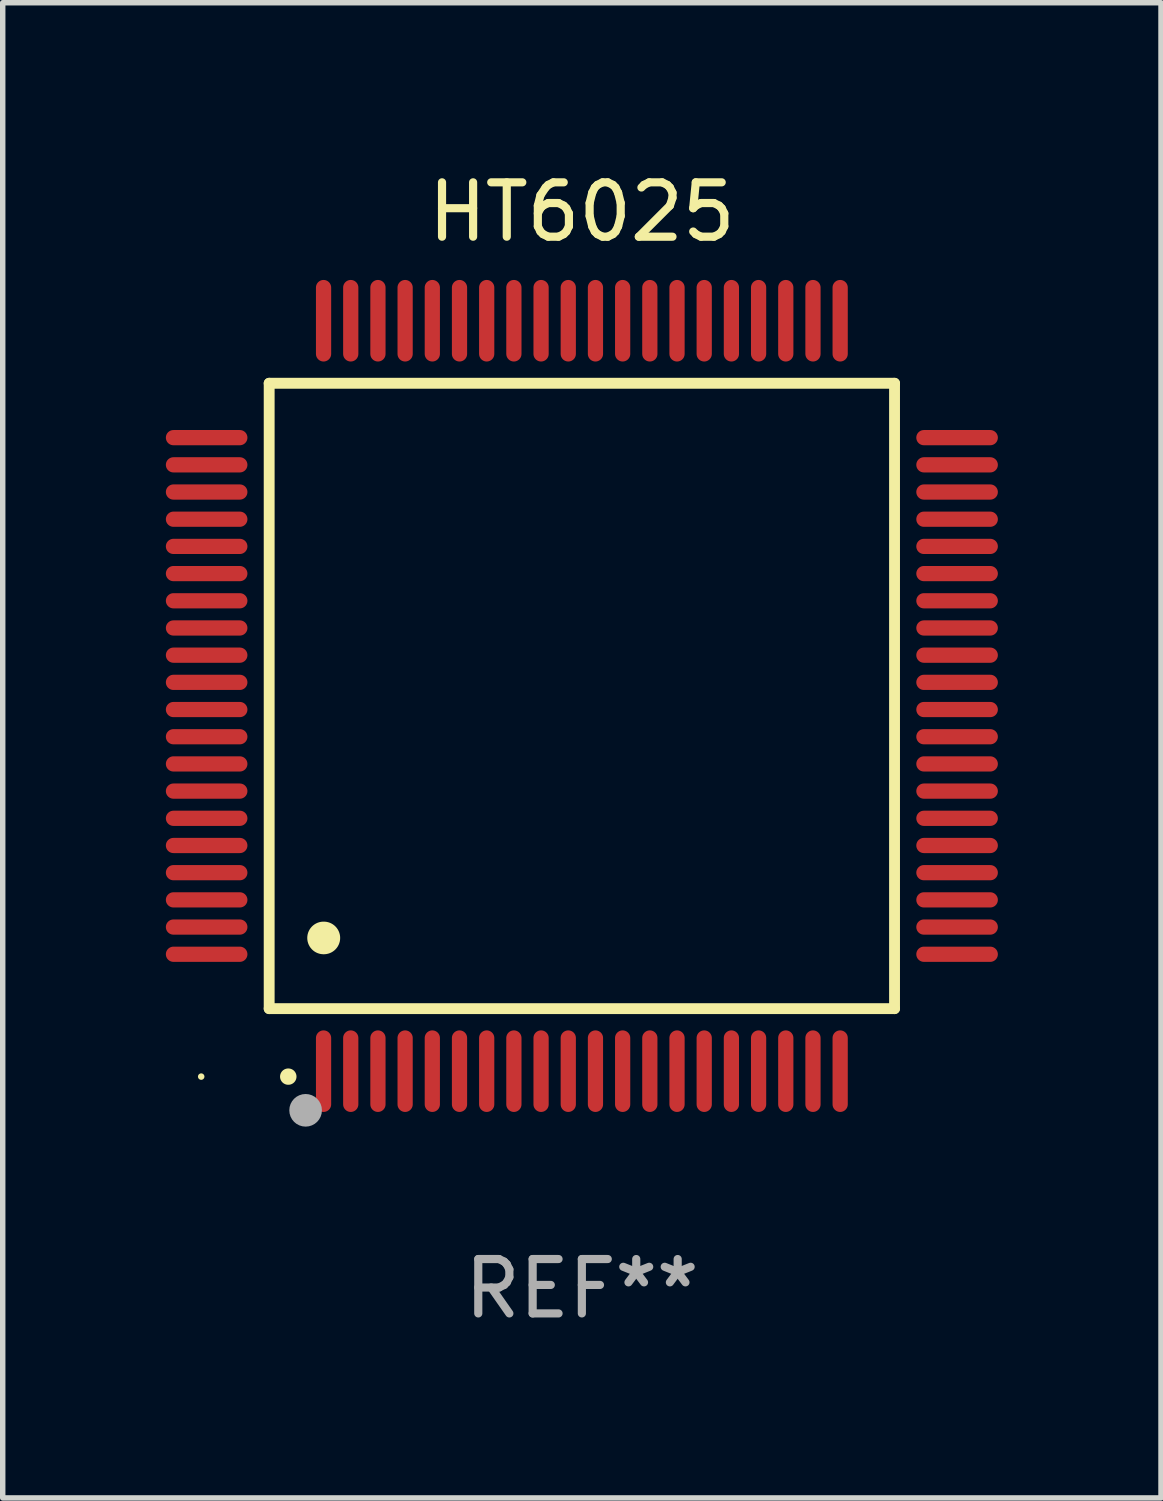
<source format=kicad_pcb>
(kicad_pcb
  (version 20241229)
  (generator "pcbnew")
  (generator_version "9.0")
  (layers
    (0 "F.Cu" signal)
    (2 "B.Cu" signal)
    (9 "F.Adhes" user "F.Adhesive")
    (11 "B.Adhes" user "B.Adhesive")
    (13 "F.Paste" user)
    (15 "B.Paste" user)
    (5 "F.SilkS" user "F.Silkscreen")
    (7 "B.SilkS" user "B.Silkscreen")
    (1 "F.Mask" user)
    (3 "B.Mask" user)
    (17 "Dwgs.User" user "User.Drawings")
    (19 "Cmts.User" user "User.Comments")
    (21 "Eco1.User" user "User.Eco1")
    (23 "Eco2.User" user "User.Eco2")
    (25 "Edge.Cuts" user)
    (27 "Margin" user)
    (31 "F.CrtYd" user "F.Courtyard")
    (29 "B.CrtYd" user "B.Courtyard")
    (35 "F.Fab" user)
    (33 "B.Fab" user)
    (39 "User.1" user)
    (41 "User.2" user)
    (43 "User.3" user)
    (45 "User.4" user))
  (footprint "HT6025"
    (layer "F.Cu")
    (at 7.65 9.748)
    (property "Reference" "HT6025" (at 0 -8.9 0) (layer "F.SilkS") (effects (font (size 1 1) (thickness 0.15))))
    (attr through_hole)
    (fp_line (start -5.75 -5.75) (end 5.75 -5.75) (stroke (width 0.2) (type solid)) (layer "F.SilkS"))
    (fp_line (start -5.75 5.75) (end -5.75 -5.75) (stroke (width 0.2) (type solid)) (layer "F.SilkS"))
    (fp_line (start 5.75 -5.75) (end 5.75 5.75) (stroke (width 0.2) (type solid)) (layer "F.SilkS"))
    (fp_line (start 5.75 5.75) (end -5.75 5.75) (stroke (width 0.2) (type solid)) (layer "F.SilkS"))
    (fp_arc (start -5.400051 7.000254) (mid -5.398781 7.000249) (end -5.397511 7.000254) (stroke (width 0.3) (type solid)) (layer "F.SilkS"))
    (fp_arc (start -4.749809 4.450089) (mid -4.747269 4.450078) (end -4.744729 4.450089) (stroke (width 0.6) (type solid)) (layer "F.SilkS"))
    (fp_circle (center -7 7) (end -6.97 7) (stroke (width 0.06) (type solid)) (fill no) (layer "F.SilkS"))
    (fp_circle (center -5.08 7.62) (end -4.93 7.62) (stroke (width 0.3) (type solid)) (fill no) (layer "F.Fab"))
    (fp_text user "REF**" (at 0 10.9 0) (layer "F.Fab") (effects (font (size 1 1) (thickness 0.15))))
    (pad "1" smd oval (at -4.75 6.9 180) (size 0.28 1.5) (layers "F.Cu" "F.Mask" "F.Paste"))
    (pad "2" smd oval (at -4.25 6.9 180) (size 0.28 1.5) (layers "F.Cu" "F.Mask" "F.Paste"))
    (pad "3" smd oval (at -3.75 6.9 180) (size 0.28 1.5) (layers "F.Cu" "F.Mask" "F.Paste"))
    (pad "4" smd oval (at -3.25 6.9 180) (size 0.28 1.5) (layers "F.Cu" "F.Mask" "F.Paste"))
    (pad "5" smd oval (at -2.75 6.9 180) (size 0.28 1.5) (layers "F.Cu" "F.Mask" "F.Paste"))
    (pad "6" smd oval (at -2.25 6.9 180) (size 0.28 1.5) (layers "F.Cu" "F.Mask" "F.Paste"))
    (pad "7" smd oval (at -1.75 6.9 180) (size 0.28 1.5) (layers "F.Cu" "F.Mask" "F.Paste"))
    (pad "8" smd oval (at -1.25 6.9 180) (size 0.28 1.5) (layers "F.Cu" "F.Mask" "F.Paste"))
    (pad "9" smd oval (at -0.75 6.9 180) (size 0.28 1.5) (layers "F.Cu" "F.Mask" "F.Paste"))
    (pad "10" smd oval (at -0.25 6.9 180) (size 0.28 1.5) (layers "F.Cu" "F.Mask" "F.Paste"))
    (pad "11" smd oval (at 0.25 6.9 180) (size 0.28 1.5) (layers "F.Cu" "F.Mask" "F.Paste"))
    (pad "12" smd oval (at 0.75 6.9 180) (size 0.28 1.5) (layers "F.Cu" "F.Mask" "F.Paste"))
    (pad "13" smd oval (at 1.25 6.9 180) (size 0.28 1.5) (layers "F.Cu" "F.Mask" "F.Paste"))
    (pad "14" smd oval (at 1.75 6.9 180) (size 0.28 1.5) (layers "F.Cu" "F.Mask" "F.Paste"))
    (pad "15" smd oval (at 2.25 6.9 180) (size 0.28 1.5) (layers "F.Cu" "F.Mask" "F.Paste"))
    (pad "16" smd oval (at 2.75 6.9 180) (size 0.28 1.5) (layers "F.Cu" "F.Mask" "F.Paste"))
    (pad "17" smd oval (at 3.25 6.9 180) (size 0.28 1.5) (layers "F.Cu" "F.Mask" "F.Paste"))
    (pad "18" smd oval (at 3.75 6.9 180) (size 0.28 1.5) (layers "F.Cu" "F.Mask" "F.Paste"))
    (pad "19" smd oval (at 4.25 6.9 180) (size 0.28 1.5) (layers "F.Cu" "F.Mask" "F.Paste"))
    (pad "20" smd oval (at 4.75 6.9) (size 0.28 1.5) (layers "F.Cu" "F.Mask" "F.Paste"))
    (pad "21" smd oval (at 6.9 4.75 270) (size 0.28 1.5) (layers "F.Cu" "F.Mask" "F.Paste"))
    (pad "22" smd oval (at 6.9 4.25 90) (size 0.28 1.5) (layers "F.Cu" "F.Mask" "F.Paste"))
    (pad "23" smd oval (at 6.9 3.75 90) (size 0.28 1.5) (layers "F.Cu" "F.Mask" "F.Paste"))
    (pad "24" smd oval (at 6.9 3.25 90) (size 0.28 1.5) (layers "F.Cu" "F.Mask" "F.Paste"))
    (pad "25" smd oval (at 6.9 2.75 90) (size 0.28 1.5) (layers "F.Cu" "F.Mask" "F.Paste"))
    (pad "26" smd oval (at 6.9 2.25 90) (size 0.28 1.5) (layers "F.Cu" "F.Mask" "F.Paste"))
    (pad "27" smd oval (at 6.9 1.75 90) (size 0.28 1.5) (layers "F.Cu" "F.Mask" "F.Paste"))
    (pad "28" smd oval (at 6.9 1.25 90) (size 0.28 1.5) (layers "F.Cu" "F.Mask" "F.Paste"))
    (pad "29" smd oval (at 6.9 0.75 90) (size 0.28 1.5) (layers "F.Cu" "F.Mask" "F.Paste"))
    (pad "30" smd oval (at 6.9 0.25 90) (size 0.28 1.5) (layers "F.Cu" "F.Mask" "F.Paste"))
    (pad "31" smd oval (at 6.9 -0.25 90) (size 0.28 1.5) (layers "F.Cu" "F.Mask" "F.Paste"))
    (pad "32" smd oval (at 6.9 -0.75 90) (size 0.28 1.5) (layers "F.Cu" "F.Mask" "F.Paste"))
    (pad "33" smd oval (at 6.9 -1.25 90) (size 0.28 1.5) (layers "F.Cu" "F.Mask" "F.Paste"))
    (pad "34" smd oval (at 6.9 -1.75 90) (size 0.28 1.5) (layers "F.Cu" "F.Mask" "F.Paste"))
    (pad "35" smd oval (at 6.9 -2.25 90) (size 0.28 1.5) (layers "F.Cu" "F.Mask" "F.Paste"))
    (pad "36" smd oval (at 6.9 -2.75 90) (size 0.28 1.5) (layers "F.Cu" "F.Mask" "F.Paste"))
    (pad "37" smd oval (at 6.9 -3.25 90) (size 0.28 1.5) (layers "F.Cu" "F.Mask" "F.Paste"))
    (pad "38" smd oval (at 6.9 -3.75 90) (size 0.28 1.5) (layers "F.Cu" "F.Mask" "F.Paste"))
    (pad "39" smd oval (at 6.9 -4.25 90) (size 0.28 1.5) (layers "F.Cu" "F.Mask" "F.Paste"))
    (pad "40" smd oval (at 6.9 -4.75 90) (size 0.28 1.5) (layers "F.Cu" "F.Mask" "F.Paste"))
    (pad "41" smd oval (at 4.75 -6.9) (size 0.28 1.5) (layers "F.Cu" "F.Mask" "F.Paste"))
    (pad "42" smd oval (at 4.25 -6.9 180) (size 0.28 1.5) (layers "F.Cu" "F.Mask" "F.Paste"))
    (pad "43" smd oval (at 3.75 -6.9 180) (size 0.28 1.5) (layers "F.Cu" "F.Mask" "F.Paste"))
    (pad "44" smd oval (at 3.25 -6.9 180) (size 0.28 1.5) (layers "F.Cu" "F.Mask" "F.Paste"))
    (pad "45" smd oval (at 2.75 -6.9 180) (size 0.28 1.5) (layers "F.Cu" "F.Mask" "F.Paste"))
    (pad "46" smd oval (at 2.25 -6.9 180) (size 0.28 1.5) (layers "F.Cu" "F.Mask" "F.Paste"))
    (pad "47" smd oval (at 1.75 -6.9 180) (size 0.28 1.5) (layers "F.Cu" "F.Mask" "F.Paste"))
    (pad "48" smd oval (at 1.25 -6.9 180) (size 0.28 1.5) (layers "F.Cu" "F.Mask" "F.Paste"))
    (pad "49" smd oval (at 0.75 -6.9 180) (size 0.28 1.5) (layers "F.Cu" "F.Mask" "F.Paste"))
    (pad "50" smd oval (at 0.25 -6.9 180) (size 0.28 1.5) (layers "F.Cu" "F.Mask" "F.Paste"))
    (pad "51" smd oval (at -0.25 -6.9 180) (size 0.28 1.5) (layers "F.Cu" "F.Mask" "F.Paste"))
    (pad "52" smd oval (at -0.75 -6.9 180) (size 0.28 1.5) (layers "F.Cu" "F.Mask" "F.Paste"))
    (pad "53" smd oval (at -1.25 -6.9 180) (size 0.28 1.5) (layers "F.Cu" "F.Mask" "F.Paste"))
    (pad "54" smd oval (at -1.75 -6.9 180) (size 0.28 1.5) (layers "F.Cu" "F.Mask" "F.Paste"))
    (pad "55" smd oval (at -2.25 -6.9 180) (size 0.28 1.5) (layers "F.Cu" "F.Mask" "F.Paste"))
    (pad "56" smd oval (at -2.75 -6.9 180) (size 0.28 1.5) (layers "F.Cu" "F.Mask" "F.Paste"))
    (pad "57" smd oval (at -3.25 -6.9 180) (size 0.28 1.5) (layers "F.Cu" "F.Mask" "F.Paste"))
    (pad "58" smd oval (at -3.75 -6.9 180) (size 0.28 1.5) (layers "F.Cu" "F.Mask" "F.Paste"))
    (pad "59" smd oval (at -4.25 -6.9 180) (size 0.28 1.5) (layers "F.Cu" "F.Mask" "F.Paste"))
    (pad "60" smd oval (at -4.75 -6.9 180) (size 0.28 1.5) (layers "F.Cu" "F.Mask" "F.Paste"))
    (pad "61" smd oval (at -6.9 -4.75 90) (size 0.28 1.5) (layers "F.Cu" "F.Mask" "F.Paste"))
    (pad "62" smd oval (at -6.9 -4.25 90) (size 0.28 1.5) (layers "F.Cu" "F.Mask" "F.Paste"))
    (pad "63" smd oval (at -6.9 -3.75 90) (size 0.28 1.5) (layers "F.Cu" "F.Mask" "F.Paste"))
    (pad "64" smd oval (at -6.9 -3.25 90) (size 0.28 1.5) (layers "F.Cu" "F.Mask" "F.Paste"))
    (pad "65" smd oval (at -6.9 -2.75 90) (size 0.28 1.5) (layers "F.Cu" "F.Mask" "F.Paste"))
    (pad "66" smd oval (at -6.9 -2.25 90) (size 0.28 1.5) (layers "F.Cu" "F.Mask" "F.Paste"))
    (pad "67" smd oval (at -6.9 -1.75 90) (size 0.28 1.5) (layers "F.Cu" "F.Mask" "F.Paste"))
    (pad "68" smd oval (at -6.9 -1.25 90) (size 0.28 1.5) (layers "F.Cu" "F.Mask" "F.Paste"))
    (pad "69" smd oval (at -6.9 -0.75 90) (size 0.28 1.5) (layers "F.Cu" "F.Mask" "F.Paste"))
    (pad "70" smd oval (at -6.9 -0.25 90) (size 0.28 1.5) (layers "F.Cu" "F.Mask" "F.Paste"))
    (pad "71" smd oval (at -6.9 0.25 90) (size 0.28 1.5) (layers "F.Cu" "F.Mask" "F.Paste"))
    (pad "72" smd oval (at -6.9 0.75 90) (size 0.28 1.5) (layers "F.Cu" "F.Mask" "F.Paste"))
    (pad "73" smd oval (at -6.9 1.25 90) (size 0.28 1.5) (layers "F.Cu" "F.Mask" "F.Paste"))
    (pad "74" smd oval (at -6.9 1.75 90) (size 0.28 1.5) (layers "F.Cu" "F.Mask" "F.Paste"))
    (pad "75" smd oval (at -6.9 2.25 90) (size 0.28 1.5) (layers "F.Cu" "F.Mask" "F.Paste"))
    (pad "76" smd oval (at -6.9 2.75 90) (size 0.28 1.5) (layers "F.Cu" "F.Mask" "F.Paste"))
    (pad "77" smd oval (at -6.9 3.25 90) (size 0.28 1.5) (layers "F.Cu" "F.Mask" "F.Paste"))
    (pad "78" smd oval (at -6.9 3.75 90) (size 0.28 1.5) (layers "F.Cu" "F.Mask" "F.Paste"))
    (pad "79" smd oval (at -6.9 4.25 90) (size 0.28 1.5) (layers "F.Cu" "F.Mask" "F.Paste"))
    (pad "80" smd oval (at -6.9 4.75 270) (size 0.28 1.5) (layers "F.Cu" "F.Mask" "F.Paste")))
  (gr_rect
    (start -3 -3)
    (end 18.3 24.496)
    (stroke (width 0.1) (type default))
    (fill no)
    (layer "Edge.Cuts")))
</source>
